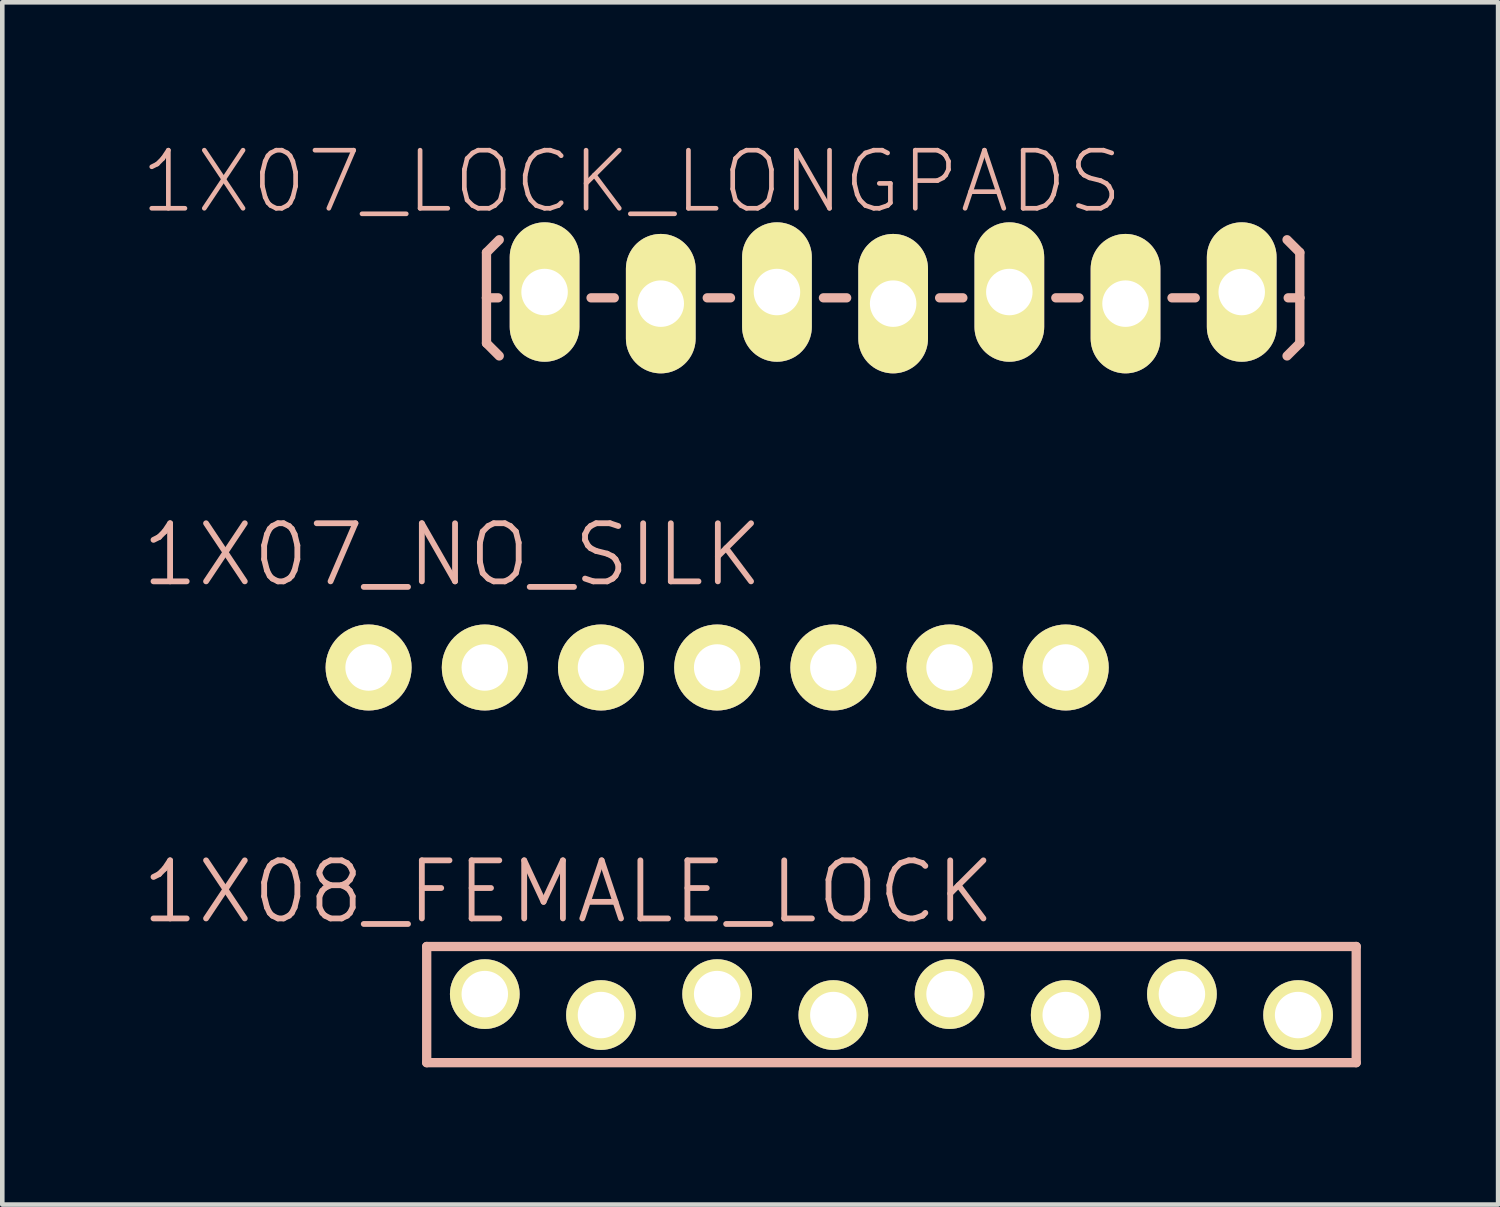
<source format=kicad_pcb>
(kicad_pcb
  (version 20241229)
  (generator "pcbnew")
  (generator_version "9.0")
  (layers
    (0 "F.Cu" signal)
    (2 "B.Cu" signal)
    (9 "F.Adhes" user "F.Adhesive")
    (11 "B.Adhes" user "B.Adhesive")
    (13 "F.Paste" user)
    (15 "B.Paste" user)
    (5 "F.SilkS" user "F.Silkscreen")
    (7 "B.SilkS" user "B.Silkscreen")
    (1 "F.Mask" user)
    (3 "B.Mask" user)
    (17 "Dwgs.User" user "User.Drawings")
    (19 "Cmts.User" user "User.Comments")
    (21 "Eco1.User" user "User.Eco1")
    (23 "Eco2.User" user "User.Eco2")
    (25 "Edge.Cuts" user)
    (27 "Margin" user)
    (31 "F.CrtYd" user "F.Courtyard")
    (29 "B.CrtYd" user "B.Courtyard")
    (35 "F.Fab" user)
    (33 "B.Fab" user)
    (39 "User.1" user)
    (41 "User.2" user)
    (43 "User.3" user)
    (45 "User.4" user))
  (footprint "1X07_LOCK_LONGPADS"
    (layer "F.Cu")
    (at 8.855 3.461)
    (property "Reference" "1X07_LOCK_LONGPADS" (at 1.905 -2.54 0) (layer "B.SilkS") (effects (font (size 1.27 1.27) (thickness 0.102))))
    (attr exclude_from_pos_files exclude_from_bom)
    (fp_line (start -0.292 -0.292) (end 0.292 -0.292) (stroke (width 0.066) (type solid)) (layer "F.SilkS"))
    (fp_line (start -0.292 0.292) (end -0.292 -0.292) (stroke (width 0.066) (type solid)) (layer "F.SilkS"))
    (fp_line (start -0.292 0.292) (end 0.292 0.292) (stroke (width 0.066) (type solid)) (layer "F.SilkS"))
    (fp_line (start 0.292 0.292) (end 0.292 -0.292) (stroke (width 0.066) (type solid)) (layer "F.SilkS"))
    (fp_line (start 2.248 -0.292) (end 2.832 -0.292) (stroke (width 0.066) (type solid)) (layer "F.SilkS"))
    (fp_line (start 2.248 0.292) (end 2.248 -0.292) (stroke (width 0.066) (type solid)) (layer "F.SilkS"))
    (fp_line (start 2.248 0.292) (end 2.832 0.292) (stroke (width 0.066) (type solid)) (layer "F.SilkS"))
    (fp_line (start 2.832 0.292) (end 2.832 -0.292) (stroke (width 0.066) (type solid)) (layer "F.SilkS"))
    (fp_line (start 4.788 -0.292) (end 5.372 -0.292) (stroke (width 0.066) (type solid)) (layer "F.SilkS"))
    (fp_line (start 4.788 0.292) (end 4.788 -0.292) (stroke (width 0.066) (type solid)) (layer "F.SilkS"))
    (fp_line (start 4.788 0.292) (end 5.372 0.292) (stroke (width 0.066) (type solid)) (layer "F.SilkS"))
    (fp_line (start 5.372 0.292) (end 5.372 -0.292) (stroke (width 0.066) (type solid)) (layer "F.SilkS"))
    (fp_line (start 7.328 -0.292) (end 7.912 -0.292) (stroke (width 0.066) (type solid)) (layer "F.SilkS"))
    (fp_line (start 7.328 0.292) (end 7.328 -0.292) (stroke (width 0.066) (type solid)) (layer "F.SilkS"))
    (fp_line (start 7.328 0.292) (end 7.912 0.292) (stroke (width 0.066) (type solid)) (layer "F.SilkS"))
    (fp_line (start 7.912 0.292) (end 7.912 -0.292) (stroke (width 0.066) (type solid)) (layer "F.SilkS"))
    (fp_line (start 9.868 -0.292) (end 10.452 -0.292) (stroke (width 0.066) (type solid)) (layer "F.SilkS"))
    (fp_line (start 9.868 0.292) (end 9.868 -0.292) (stroke (width 0.066) (type solid)) (layer "F.SilkS"))
    (fp_line (start 9.868 0.292) (end 10.452 0.292) (stroke (width 0.066) (type solid)) (layer "F.SilkS"))
    (fp_line (start 10.452 0.292) (end 10.452 -0.292) (stroke (width 0.066) (type solid)) (layer "F.SilkS"))
    (fp_line (start 12.408 -0.292) (end 12.992 -0.292) (stroke (width 0.066) (type solid)) (layer "F.SilkS"))
    (fp_line (start 12.408 0.292) (end 12.408 -0.292) (stroke (width 0.066) (type solid)) (layer "F.SilkS"))
    (fp_line (start 12.408 0.292) (end 12.992 0.292) (stroke (width 0.066) (type solid)) (layer "F.SilkS"))
    (fp_line (start 12.992 0.292) (end 12.992 -0.292) (stroke (width 0.066) (type solid)) (layer "F.SilkS"))
    (fp_line (start 14.948 -0.292) (end 15.532 -0.292) (stroke (width 0.066) (type solid)) (layer "F.SilkS"))
    (fp_line (start 14.948 0.292) (end 14.948 -0.292) (stroke (width 0.066) (type solid)) (layer "F.SilkS"))
    (fp_line (start 14.948 0.292) (end 15.532 0.292) (stroke (width 0.066) (type solid)) (layer "F.SilkS"))
    (fp_line (start 15.532 0.292) (end 15.532 -0.292) (stroke (width 0.066) (type solid)) (layer "F.SilkS"))
    (fp_line (start -1.27 -0.991) (end -0.991 -1.27) (stroke (width 0.203) (type solid)) (layer "B.SilkS"))
    (fp_line (start -1.27 0) (end -1.27 -0.991) (stroke (width 0.203) (type solid)) (layer "B.SilkS"))
    (fp_line (start -1.27 0) (end -1.27 0.991) (stroke (width 0.203) (type solid)) (layer "B.SilkS"))
    (fp_line (start -1.27 0) (end -1.016 0) (stroke (width 0.203) (type solid)) (layer "B.SilkS"))
    (fp_line (start -1.27 0.991) (end -0.991 1.27) (stroke (width 0.203) (type solid)) (layer "B.SilkS"))
    (fp_line (start 1.524 0) (end 1.016 0) (stroke (width 0.203) (type solid)) (layer "B.SilkS"))
    (fp_line (start 4.064 0) (end 3.556 0) (stroke (width 0.203) (type solid)) (layer "B.SilkS"))
    (fp_line (start 6.604 0) (end 6.096 0) (stroke (width 0.203) (type solid)) (layer "B.SilkS"))
    (fp_line (start 9.144 0) (end 8.636 0) (stroke (width 0.203) (type solid)) (layer "B.SilkS"))
    (fp_line (start 11.684 0) (end 11.176 0) (stroke (width 0.203) (type solid)) (layer "B.SilkS"))
    (fp_line (start 14.224 0) (end 13.716 0) (stroke (width 0.203) (type solid)) (layer "B.SilkS"))
    (fp_line (start 16.51 -0.991) (end 16.231 -1.27) (stroke (width 0.203) (type solid)) (layer "B.SilkS"))
    (fp_line (start 16.51 0) (end 16.256 0) (stroke (width 0.203) (type solid)) (layer "B.SilkS"))
    (fp_line (start 16.51 0) (end 16.51 -0.991) (stroke (width 0.203) (type solid)) (layer "B.SilkS"))
    (fp_line (start 16.51 0) (end 16.51 0.991) (stroke (width 0.203) (type solid)) (layer "B.SilkS"))
    (fp_line (start 16.51 0.991) (end 16.231 1.27) (stroke (width 0.203) (type solid)) (layer "B.SilkS"))
    (pad "1" thru_hole oval (at 0 -0.127 180) (size 1.524 3.048) (drill 1.016) (layers "*.Cu" "F.Mask" "F.SilkS" "F.Paste"))
    (pad "2" thru_hole oval (at 2.54 0.127 180) (size 1.524 3.048) (drill 1.016) (layers "*.Cu" "F.Mask" "F.SilkS" "F.Paste"))
    (pad "3" thru_hole oval (at 5.08 -0.127 180) (size 1.524 3.048) (drill 1.016) (layers "*.Cu" "F.Mask" "F.SilkS" "F.Paste"))
    (pad "4" thru_hole oval (at 7.62 0.127 180) (size 1.524 3.048) (drill 1.016) (layers "*.Cu" "F.Mask" "F.SilkS" "F.Paste"))
    (pad "5" thru_hole oval (at 10.16 -0.127 180) (size 1.524 3.048) (drill 1.016) (layers "*.Cu" "F.Mask" "F.SilkS" "F.Paste"))
    (pad "6" thru_hole oval (at 12.7 0.127 180) (size 1.524 3.048) (drill 1.016) (layers "*.Cu" "F.Mask" "F.SilkS" "F.Paste"))
    (pad "7" thru_hole oval (at 15.24 -0.127 180) (size 1.524 3.048) (drill 1.016) (layers "*.Cu" "F.Mask" "F.SilkS" "F.Paste")))
  (footprint "1X07_NO_SILK"
    (layer "F.Cu")
    (at 5.008 11.542)
    (property "Reference" "1X07_NO_SILK" (at 1.829 -2.464 0) (layer "B.SilkS") (effects (font (size 1.27 1.27) (thickness 0.127))))
    (attr exclude_from_pos_files exclude_from_bom)
    (fp_line (start -0.254 -0.254) (end 0.254 -0.254) (stroke (width 0.066) (type solid)) (layer "F.SilkS"))
    (fp_line (start -0.254 0.254) (end -0.254 -0.254) (stroke (width 0.066) (type solid)) (layer "F.SilkS"))
    (fp_line (start -0.254 0.254) (end 0.254 0.254) (stroke (width 0.066) (type solid)) (layer "F.SilkS"))
    (fp_line (start 0.254 0.254) (end 0.254 -0.254) (stroke (width 0.066) (type solid)) (layer "F.SilkS"))
    (fp_line (start 2.286 -0.254) (end 2.794 -0.254) (stroke (width 0.066) (type solid)) (layer "F.SilkS"))
    (fp_line (start 2.286 0.254) (end 2.286 -0.254) (stroke (width 0.066) (type solid)) (layer "F.SilkS"))
    (fp_line (start 2.286 0.254) (end 2.794 0.254) (stroke (width 0.066) (type solid)) (layer "F.SilkS"))
    (fp_line (start 2.794 0.254) (end 2.794 -0.254) (stroke (width 0.066) (type solid)) (layer "F.SilkS"))
    (fp_line (start 4.826 -0.254) (end 5.334 -0.254) (stroke (width 0.066) (type solid)) (layer "F.SilkS"))
    (fp_line (start 4.826 0.254) (end 4.826 -0.254) (stroke (width 0.066) (type solid)) (layer "F.SilkS"))
    (fp_line (start 4.826 0.254) (end 5.334 0.254) (stroke (width 0.066) (type solid)) (layer "F.SilkS"))
    (fp_line (start 5.334 0.254) (end 5.334 -0.254) (stroke (width 0.066) (type solid)) (layer "F.SilkS"))
    (fp_line (start 7.366 -0.254) (end 7.874 -0.254) (stroke (width 0.066) (type solid)) (layer "F.SilkS"))
    (fp_line (start 7.366 0.254) (end 7.366 -0.254) (stroke (width 0.066) (type solid)) (layer "F.SilkS"))
    (fp_line (start 7.366 0.254) (end 7.874 0.254) (stroke (width 0.066) (type solid)) (layer "F.SilkS"))
    (fp_line (start 7.874 0.254) (end 7.874 -0.254) (stroke (width 0.066) (type solid)) (layer "F.SilkS"))
    (fp_line (start 9.906 -0.254) (end 10.414 -0.254) (stroke (width 0.066) (type solid)) (layer "F.SilkS"))
    (fp_line (start 9.906 0.254) (end 9.906 -0.254) (stroke (width 0.066) (type solid)) (layer "F.SilkS"))
    (fp_line (start 9.906 0.254) (end 10.414 0.254) (stroke (width 0.066) (type solid)) (layer "F.SilkS"))
    (fp_line (start 10.414 0.254) (end 10.414 -0.254) (stroke (width 0.066) (type solid)) (layer "F.SilkS"))
    (fp_line (start 12.446 -0.254) (end 12.954 -0.254) (stroke (width 0.066) (type solid)) (layer "F.SilkS"))
    (fp_line (start 12.446 0.254) (end 12.446 -0.254) (stroke (width 0.066) (type solid)) (layer "F.SilkS"))
    (fp_line (start 12.446 0.254) (end 12.954 0.254) (stroke (width 0.066) (type solid)) (layer "F.SilkS"))
    (fp_line (start 12.954 0.254) (end 12.954 -0.254) (stroke (width 0.066) (type solid)) (layer "F.SilkS"))
    (fp_line (start 14.986 -0.254) (end 15.494 -0.254) (stroke (width 0.066) (type solid)) (layer "F.SilkS"))
    (fp_line (start 14.986 0.254) (end 14.986 -0.254) (stroke (width 0.066) (type solid)) (layer "F.SilkS"))
    (fp_line (start 14.986 0.254) (end 15.494 0.254) (stroke (width 0.066) (type solid)) (layer "F.SilkS"))
    (fp_line (start 15.494 0.254) (end 15.494 -0.254) (stroke (width 0.066) (type solid)) (layer "F.SilkS"))
    (pad "1" thru_hole circle (at 0 0) (size 1.88 1.88) (drill 1.016) (layers "*.Cu" "F.Mask" "F.SilkS" "F.Paste"))
    (pad "2" thru_hole circle (at 2.54 0) (size 1.88 1.88) (drill 1.016) (layers "*.Cu" "F.Mask" "F.SilkS" "F.Paste"))
    (pad "3" thru_hole circle (at 5.08 0) (size 1.88 1.88) (drill 1.016) (layers "*.Cu" "F.Mask" "F.SilkS" "F.Paste"))
    (pad "4" thru_hole circle (at 7.62 0) (size 1.88 1.88) (drill 1.016) (layers "*.Cu" "F.Mask" "F.SilkS" "F.Paste"))
    (pad "5" thru_hole circle (at 10.16 0) (size 1.88 1.88) (drill 1.016) (layers "*.Cu" "F.Mask" "F.SilkS" "F.Paste"))
    (pad "6" thru_hole circle (at 12.7 0) (size 1.88 1.88) (drill 1.016) (layers "*.Cu" "F.Mask" "F.SilkS" "F.Paste"))
    (pad "7" thru_hole circle (at 15.24 0) (size 1.88 1.88) (drill 1.016) (layers "*.Cu" "F.Mask" "F.SilkS" "F.Paste")))
  (footprint "1X08_FEMALE_LOCK"
    (layer "F.Cu")
    (at 7.548 18.911)
    (property "Reference" "1X08_FEMALE_LOCK" (at 1.829 -2.464 0) (layer "B.SilkS") (effects (font (size 1.27 1.27) (thickness 0.127))))
    (attr exclude_from_pos_files exclude_from_bom)
    (fp_line (start -0.318 -0.191) (end 0.318 -0.191) (stroke (width 0.066) (type solid)) (layer "F.SilkS"))
    (fp_line (start -0.318 0.191) (end -0.318 -0.191) (stroke (width 0.066) (type solid)) (layer "F.SilkS"))
    (fp_line (start -0.318 0.191) (end 0.318 0.191) (stroke (width 0.066) (type solid)) (layer "F.SilkS"))
    (fp_line (start 0.318 0.191) (end 0.318 -0.191) (stroke (width 0.066) (type solid)) (layer "F.SilkS"))
    (fp_line (start 2.223 -0.191) (end 2.857 -0.191) (stroke (width 0.066) (type solid)) (layer "F.SilkS"))
    (fp_line (start 2.223 0.191) (end 2.223 -0.191) (stroke (width 0.066) (type solid)) (layer "F.SilkS"))
    (fp_line (start 2.223 0.191) (end 2.857 0.191) (stroke (width 0.066) (type solid)) (layer "F.SilkS"))
    (fp_line (start 2.857 0.191) (end 2.857 -0.191) (stroke (width 0.066) (type solid)) (layer "F.SilkS"))
    (fp_line (start 4.763 -0.191) (end 5.397 -0.191) (stroke (width 0.066) (type solid)) (layer "F.SilkS"))
    (fp_line (start 4.763 0.191) (end 4.763 -0.191) (stroke (width 0.066) (type solid)) (layer "F.SilkS"))
    (fp_line (start 4.763 0.191) (end 5.397 0.191) (stroke (width 0.066) (type solid)) (layer "F.SilkS"))
    (fp_line (start 5.397 0.191) (end 5.397 -0.191) (stroke (width 0.066) (type solid)) (layer "F.SilkS"))
    (fp_line (start 7.303 -0.191) (end 7.938 -0.191) (stroke (width 0.066) (type solid)) (layer "F.SilkS"))
    (fp_line (start 7.303 0.191) (end 7.303 -0.191) (stroke (width 0.066) (type solid)) (layer "F.SilkS"))
    (fp_line (start 7.303 0.191) (end 7.938 0.191) (stroke (width 0.066) (type solid)) (layer "F.SilkS"))
    (fp_line (start 7.938 0.191) (end 7.938 -0.191) (stroke (width 0.066) (type solid)) (layer "F.SilkS"))
    (fp_line (start 9.842 -0.191) (end 10.477 -0.191) (stroke (width 0.066) (type solid)) (layer "F.SilkS"))
    (fp_line (start 9.842 0.191) (end 9.842 -0.191) (stroke (width 0.066) (type solid)) (layer "F.SilkS"))
    (fp_line (start 9.842 0.191) (end 10.477 0.191) (stroke (width 0.066) (type solid)) (layer "F.SilkS"))
    (fp_line (start 10.477 0.191) (end 10.477 -0.191) (stroke (width 0.066) (type solid)) (layer "F.SilkS"))
    (fp_line (start 12.383 -0.191) (end 13.018 -0.191) (stroke (width 0.066) (type solid)) (layer "F.SilkS"))
    (fp_line (start 12.383 0.191) (end 12.383 -0.191) (stroke (width 0.066) (type solid)) (layer "F.SilkS"))
    (fp_line (start 12.383 0.191) (end 13.018 0.191) (stroke (width 0.066) (type solid)) (layer "F.SilkS"))
    (fp_line (start 13.018 0.191) (end 13.018 -0.191) (stroke (width 0.066) (type solid)) (layer "F.SilkS"))
    (fp_line (start 14.922 -0.191) (end 15.557 -0.191) (stroke (width 0.066) (type solid)) (layer "F.SilkS"))
    (fp_line (start 14.922 0.191) (end 14.922 -0.191) (stroke (width 0.066) (type solid)) (layer "F.SilkS"))
    (fp_line (start 14.922 0.191) (end 15.557 0.191) (stroke (width 0.066) (type solid)) (layer "F.SilkS"))
    (fp_line (start 15.557 0.191) (end 15.557 -0.191) (stroke (width 0.066) (type solid)) (layer "F.SilkS"))
    (fp_line (start 17.462 -0.191) (end 18.098 -0.191) (stroke (width 0.066) (type solid)) (layer "F.SilkS"))
    (fp_line (start 17.462 0.191) (end 17.462 -0.191) (stroke (width 0.066) (type solid)) (layer "F.SilkS"))
    (fp_line (start 17.462 0.191) (end 18.098 0.191) (stroke (width 0.066) (type solid)) (layer "F.SilkS"))
    (fp_line (start 18.098 0.191) (end 18.098 -0.191) (stroke (width 0.066) (type solid)) (layer "F.SilkS"))
    (fp_line (start -1.27 -1.27) (end -1.27 1.27) (stroke (width 0.203) (type solid)) (layer "B.SilkS"))
    (fp_line (start -1.27 -1.27) (end 19.05 -1.27) (stroke (width 0.203) (type solid)) (layer "B.SilkS"))
    (fp_line (start 19.05 -1.27) (end 19.05 1.27) (stroke (width 0.203) (type solid)) (layer "B.SilkS"))
    (fp_line (start 19.05 1.27) (end -1.27 1.27) (stroke (width 0.203) (type solid)) (layer "B.SilkS"))
    (pad "1" thru_hole circle (at 0 -0.229) (size 1.524 1.524) (drill 1.016) (layers "*.Cu" "F.Mask" "F.SilkS" "F.Paste"))
    (pad "2" thru_hole circle (at 2.54 0.229) (size 1.524 1.524) (drill 1.016) (layers "*.Cu" "F.Mask" "F.SilkS" "F.Paste"))
    (pad "3" thru_hole circle (at 5.08 -0.229) (size 1.524 1.524) (drill 1.016) (layers "*.Cu" "F.Mask" "F.SilkS" "F.Paste"))
    (pad "4" thru_hole circle (at 7.62 0.229) (size 1.524 1.524) (drill 1.016) (layers "*.Cu" "F.Mask" "F.SilkS" "F.Paste"))
    (pad "5" thru_hole circle (at 10.16 -0.229) (size 1.524 1.524) (drill 1.016) (layers "*.Cu" "F.Mask" "F.SilkS" "F.Paste"))
    (pad "6" thru_hole circle (at 12.7 0.229) (size 1.524 1.524) (drill 1.016) (layers "*.Cu" "F.Mask" "F.SilkS" "F.Paste"))
    (pad "7" thru_hole circle (at 15.24 -0.229) (size 1.524 1.524) (drill 1.016) (layers "*.Cu" "F.Mask" "F.SilkS" "F.Paste"))
    (pad "8" thru_hole circle (at 17.78 0.229) (size 1.524 1.524) (drill 1.016) (layers "*.Cu" "F.Mask" "F.SilkS" "F.Paste")))
  (gr_rect
    (start -3 -3)
    (end 29.7 23.283)
    (stroke (width 0.1) (type default))
    (fill no)
    (layer "Edge.Cuts")))
</source>
